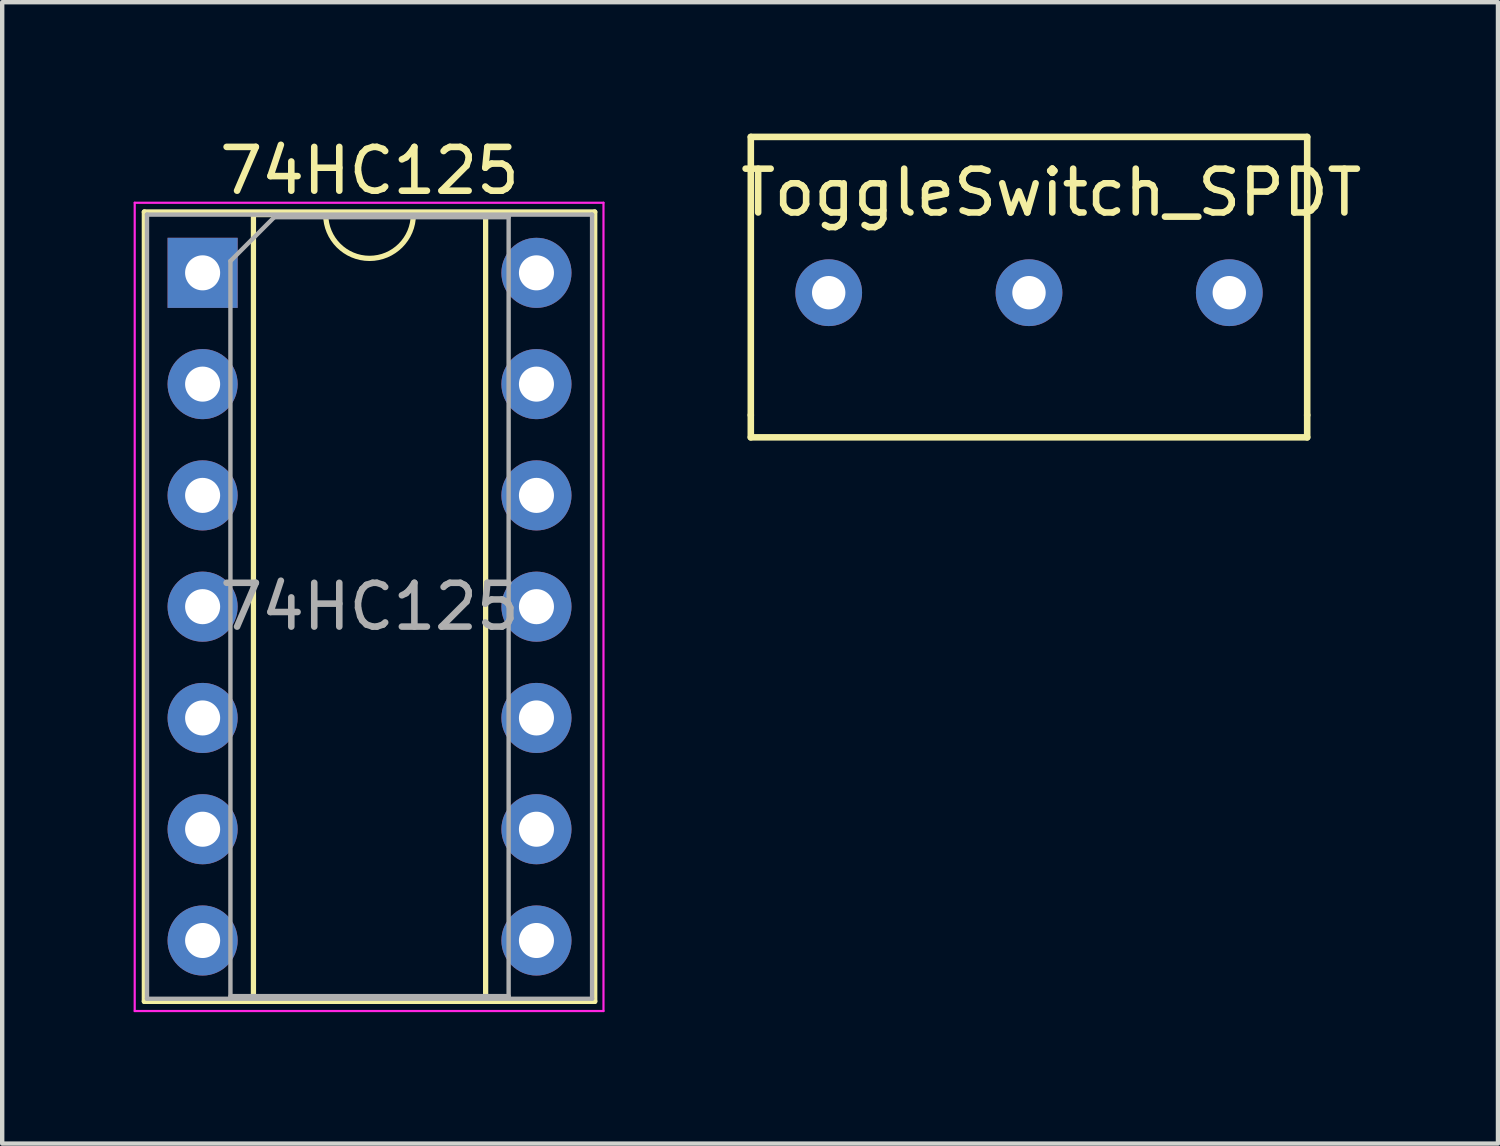
<source format=kicad_pcb>
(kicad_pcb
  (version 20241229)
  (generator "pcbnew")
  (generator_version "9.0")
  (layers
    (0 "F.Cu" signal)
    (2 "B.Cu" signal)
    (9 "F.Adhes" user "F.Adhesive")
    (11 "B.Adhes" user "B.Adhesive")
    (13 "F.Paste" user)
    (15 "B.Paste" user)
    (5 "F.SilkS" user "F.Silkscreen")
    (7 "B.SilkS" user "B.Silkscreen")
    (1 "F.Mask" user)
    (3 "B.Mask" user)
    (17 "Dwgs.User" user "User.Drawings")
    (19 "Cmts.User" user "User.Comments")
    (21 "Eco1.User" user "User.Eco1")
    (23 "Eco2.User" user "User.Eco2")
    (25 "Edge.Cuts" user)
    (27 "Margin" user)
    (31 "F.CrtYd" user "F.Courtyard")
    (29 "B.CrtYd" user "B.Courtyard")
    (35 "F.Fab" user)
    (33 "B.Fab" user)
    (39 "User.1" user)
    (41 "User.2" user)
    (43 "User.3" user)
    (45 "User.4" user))
  (footprint "74HC125"
    (layer "F.Cu")
    (at 1.575 3.178)
    (property "Reference" "74HC125" (at 3.81 -2.33 0) (layer "F.SilkS") (effects (font (size 1 1) (thickness 0.15))))
    (attr through_hole)
    (fp_line (start -1.33 -1.39) (end -1.33 16.63) (stroke (width 0.12) (type solid)) (layer "F.SilkS"))
    (fp_line (start -1.33 16.63) (end 8.95 16.63) (stroke (width 0.12) (type solid)) (layer "F.SilkS"))
    (fp_line (start 1.16 -1.33) (end 1.16 16.57) (stroke (width 0.12) (type solid)) (layer "F.SilkS"))
    (fp_line (start 1.16 16.57) (end 6.46 16.57) (stroke (width 0.12) (type solid)) (layer "F.SilkS"))
    (fp_line (start 2.81 -1.33) (end 1.16 -1.33) (stroke (width 0.12) (type solid)) (layer "F.SilkS"))
    (fp_line (start 6.46 -1.33) (end 4.81 -1.33) (stroke (width 0.12) (type solid)) (layer "F.SilkS"))
    (fp_line (start 6.46 16.57) (end 6.46 -1.33) (stroke (width 0.12) (type solid)) (layer "F.SilkS"))
    (fp_line (start 8.95 -1.39) (end -1.33 -1.39) (stroke (width 0.12) (type solid)) (layer "F.SilkS"))
    (fp_line (start 8.95 16.63) (end 8.95 -1.39) (stroke (width 0.12) (type solid)) (layer "F.SilkS"))
    (fp_arc (start 4.81 -1.33) (mid 3.81 -0.33) (end 2.81 -1.33) (stroke (width 0.12) (type solid)) (layer "F.SilkS"))
    (fp_line (start -1.55 -1.6) (end -1.55 16.85) (stroke (width 0.05) (type solid)) (layer "F.CrtYd"))
    (fp_line (start -1.55 16.85) (end 9.15 16.85) (stroke (width 0.05) (type solid)) (layer "F.CrtYd"))
    (fp_line (start 9.15 -1.6) (end -1.55 -1.6) (stroke (width 0.05) (type solid)) (layer "F.CrtYd"))
    (fp_line (start 9.15 16.85) (end 9.15 -1.6) (stroke (width 0.05) (type solid)) (layer "F.CrtYd"))
    (fp_line (start -1.27 -1.33) (end -1.27 16.57) (stroke (width 0.1) (type solid)) (layer "F.Fab"))
    (fp_line (start -1.27 16.57) (end 8.89 16.57) (stroke (width 0.1) (type solid)) (layer "F.Fab"))
    (fp_line (start 0.635 -0.27) (end 1.635 -1.27) (stroke (width 0.1) (type solid)) (layer "F.Fab"))
    (fp_line (start 0.635 16.51) (end 0.635 -0.27) (stroke (width 0.1) (type solid)) (layer "F.Fab"))
    (fp_line (start 1.635 -1.27) (end 6.985 -1.27) (stroke (width 0.1) (type solid)) (layer "F.Fab"))
    (fp_line (start 6.985 -1.27) (end 6.985 16.51) (stroke (width 0.1) (type solid)) (layer "F.Fab"))
    (fp_line (start 6.985 16.51) (end 0.635 16.51) (stroke (width 0.1) (type solid)) (layer "F.Fab"))
    (fp_line (start 8.89 -1.33) (end -1.27 -1.33) (stroke (width 0.1) (type solid)) (layer "F.Fab"))
    (fp_line (start 8.89 16.57) (end 8.89 -1.33) (stroke (width 0.1) (type solid)) (layer "F.Fab"))
    (fp_text user "${REFERENCE}" (at 3.81 7.62 0) (layer "F.Fab") (effects (font (size 1 1) (thickness 0.15))))
    (pad "1" thru_hole rect (at 0 0) (size 1.6 1.6) (drill 0.8) (layers "*.Cu" "*.Mask"))
    (pad "2" thru_hole oval (at 0 2.54) (size 1.6 1.6) (drill 0.8) (layers "*.Cu" "*.Mask"))
    (pad "3" thru_hole oval (at 0 5.08) (size 1.6 1.6) (drill 0.8) (layers "*.Cu" "*.Mask"))
    (pad "4" thru_hole oval (at 0 7.62) (size 1.6 1.6) (drill 0.8) (layers "*.Cu" "*.Mask"))
    (pad "5" thru_hole oval (at 0 10.16) (size 1.6 1.6) (drill 0.8) (layers "*.Cu" "*.Mask"))
    (pad "6" thru_hole oval (at 0 12.7) (size 1.6 1.6) (drill 0.8) (layers "*.Cu" "*.Mask"))
    (pad "7" thru_hole oval (at 0 15.24) (size 1.6 1.6) (drill 0.8) (layers "*.Cu" "*.Mask"))
    (pad "8" thru_hole oval (at 7.62 15.24) (size 1.6 1.6) (drill 0.8) (layers "*.Cu" "*.Mask"))
    (pad "9" thru_hole oval (at 7.62 12.7) (size 1.6 1.6) (drill 0.8) (layers "*.Cu" "*.Mask"))
    (pad "10" thru_hole oval (at 7.62 10.16) (size 1.6 1.6) (drill 0.8) (layers "*.Cu" "*.Mask"))
    (pad "11" thru_hole oval (at 7.62 7.62) (size 1.6 1.6) (drill 0.8) (layers "*.Cu" "*.Mask"))
    (pad "12" thru_hole oval (at 7.62 5.08) (size 1.6 1.6) (drill 0.8) (layers "*.Cu" "*.Mask"))
    (pad "13" thru_hole oval (at 7.62 2.54) (size 1.6 1.6) (drill 0.8) (layers "*.Cu" "*.Mask"))
    (pad "14" thru_hole oval (at 7.62 0) (size 1.6 1.6) (drill 0.8) (layers "*.Cu" "*.Mask")))
  (footprint "ToggleSwitch_SPDT"
    (layer "F.Cu")
    (at 21.708 2.361)
    (property "Reference" "ToggleSwitch_SPDT" (at -0.762 -1.016 0) (layer "F.SilkS") (effects (font (size 1 1) (thickness 0.15))))
    (attr through_hole)
    (fp_line (start -7.62 -2.286) (end -7.62 4.064) (stroke (width 0.15) (type solid)) (layer "F.SilkS"))
    (fp_line (start -7.62 4.064) (end -7.62 4.572) (stroke (width 0.15) (type solid)) (layer "F.SilkS"))
    (fp_line (start -7.62 4.572) (end 5.08 4.572) (stroke (width 0.15) (type solid)) (layer "F.SilkS"))
    (fp_line (start 5.08 -2.286) (end -7.62 -2.286) (stroke (width 0.15) (type solid)) (layer "F.SilkS"))
    (fp_line (start 5.08 4.064) (end 5.08 -2.286) (stroke (width 0.15) (type solid)) (layer "F.SilkS"))
    (fp_line (start 5.08 4.572) (end 5.08 4.064) (stroke (width 0.15) (type solid)) (layer "F.SilkS"))
    (pad "1" thru_hole circle (at -5.842 1.27) (size 1.524 1.524) (drill 0.762) (layers "*.Cu" "*.Mask"))
    (pad "2" thru_hole circle (at -1.27 1.27) (size 1.524 1.524) (drill 0.762) (layers "*.Cu" "*.Mask"))
    (pad "3" thru_hole circle (at 3.302 1.27) (size 1.524 1.524) (drill 0.762) (layers "*.Cu" "*.Mask")))
  (gr_rect
    (start -3 -3)
    (end 31.143 23.053)
    (stroke (width 0.1) (type default))
    (fill no)
    (layer "Edge.Cuts")))
</source>
